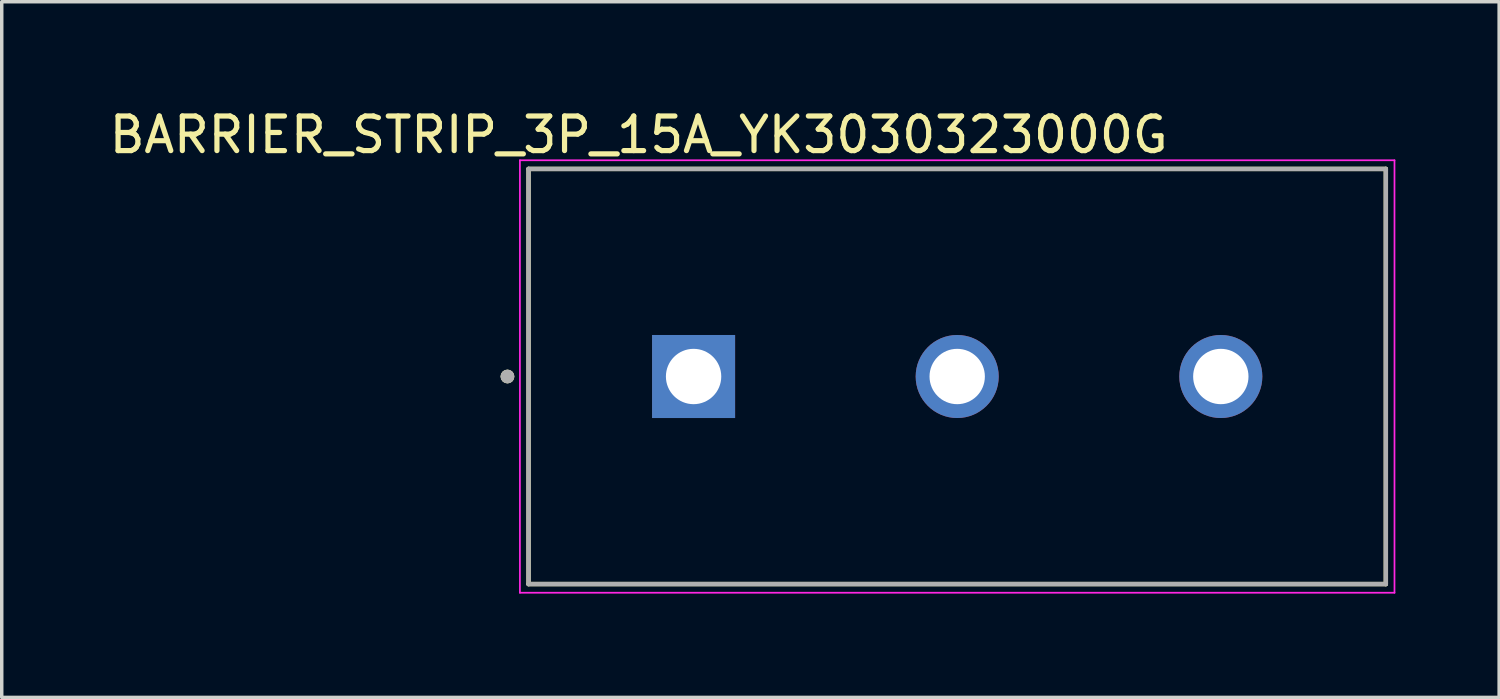
<source format=kicad_pcb>
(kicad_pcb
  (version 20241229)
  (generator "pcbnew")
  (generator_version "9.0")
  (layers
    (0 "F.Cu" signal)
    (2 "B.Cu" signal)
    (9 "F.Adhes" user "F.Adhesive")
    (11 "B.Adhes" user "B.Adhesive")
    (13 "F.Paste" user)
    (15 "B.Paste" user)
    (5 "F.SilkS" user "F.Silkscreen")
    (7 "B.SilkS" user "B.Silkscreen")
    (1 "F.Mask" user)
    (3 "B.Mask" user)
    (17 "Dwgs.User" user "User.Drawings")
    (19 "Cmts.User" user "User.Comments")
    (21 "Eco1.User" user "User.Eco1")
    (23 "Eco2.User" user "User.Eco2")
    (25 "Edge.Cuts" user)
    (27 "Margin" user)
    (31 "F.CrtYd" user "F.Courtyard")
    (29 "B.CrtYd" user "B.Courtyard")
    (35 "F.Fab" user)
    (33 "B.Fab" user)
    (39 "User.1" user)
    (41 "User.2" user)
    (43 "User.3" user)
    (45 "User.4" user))
  (footprint "BARRIER_STRIP_3P_15A_YK3030323000G"
    (layer "F.Cu")
    (at 24.618 7.833)
    (property "Reference" "BARRIER_STRIP_3P_15A_YK3030323000G" (at -9.207 -6.985 0) (layer "F.SilkS") (effects (font (size 1 1) (thickness 0.15))))
    (attr through_hole)
    (fp_line (start -12.39 -6) (end 12.39 -6) (stroke (width 0.127) (type solid)) (layer "F.SilkS"))
    (fp_line (start -12.39 6) (end -12.39 -6) (stroke (width 0.127) (type solid)) (layer "F.SilkS"))
    (fp_line (start 12.39 -6) (end 12.39 6) (stroke (width 0.127) (type solid)) (layer "F.SilkS"))
    (fp_line (start 12.39 6) (end -12.39 6) (stroke (width 0.127) (type solid)) (layer "F.SilkS"))
    (fp_circle (center -13 0) (end -12.9 0) (stroke (width 0.2) (type solid)) (fill no) (layer "F.SilkS"))
    (fp_line (start -12.64 -6.25) (end 12.64 -6.25) (stroke (width 0.05) (type solid)) (layer "F.CrtYd"))
    (fp_line (start -12.64 6.25) (end -12.64 -6.25) (stroke (width 0.05) (type solid)) (layer "F.CrtYd"))
    (fp_line (start 12.64 -6.25) (end 12.64 6.25) (stroke (width 0.05) (type solid)) (layer "F.CrtYd"))
    (fp_line (start 12.64 6.25) (end -12.64 6.25) (stroke (width 0.05) (type solid)) (layer "F.CrtYd"))
    (fp_line (start -12.39 -6) (end 12.39 -6) (stroke (width 0.127) (type solid)) (layer "F.Fab"))
    (fp_line (start -12.39 6) (end -12.39 -6) (stroke (width 0.127) (type solid)) (layer "F.Fab"))
    (fp_line (start 12.39 -6) (end 12.39 6) (stroke (width 0.127) (type solid)) (layer "F.Fab"))
    (fp_line (start 12.39 6) (end -12.39 6) (stroke (width 0.127) (type solid)) (layer "F.Fab"))
    (fp_circle (center -13 0) (end -12.9 0) (stroke (width 0.2) (type solid)) (fill no) (layer "F.Fab"))
    (pad "1" thru_hole rect (at -7.62 0) (size 2.4 2.4) (drill 1.6) (layers "*.Cu" "*.Mask"))
    (pad "2" thru_hole circle (at 0 0) (size 2.4 2.4) (drill 1.6) (layers "*.Cu" "*.Mask"))
    (pad "3" thru_hole circle (at 7.62 0) (size 2.4 2.4) (drill 1.6) (layers "*.Cu" "*.Mask")))
  (gr_rect
    (start -3 -3)
    (end 40.283 17.108)
    (stroke (width 0.1) (type default))
    (fill no)
    (layer "Edge.Cuts")))
</source>
